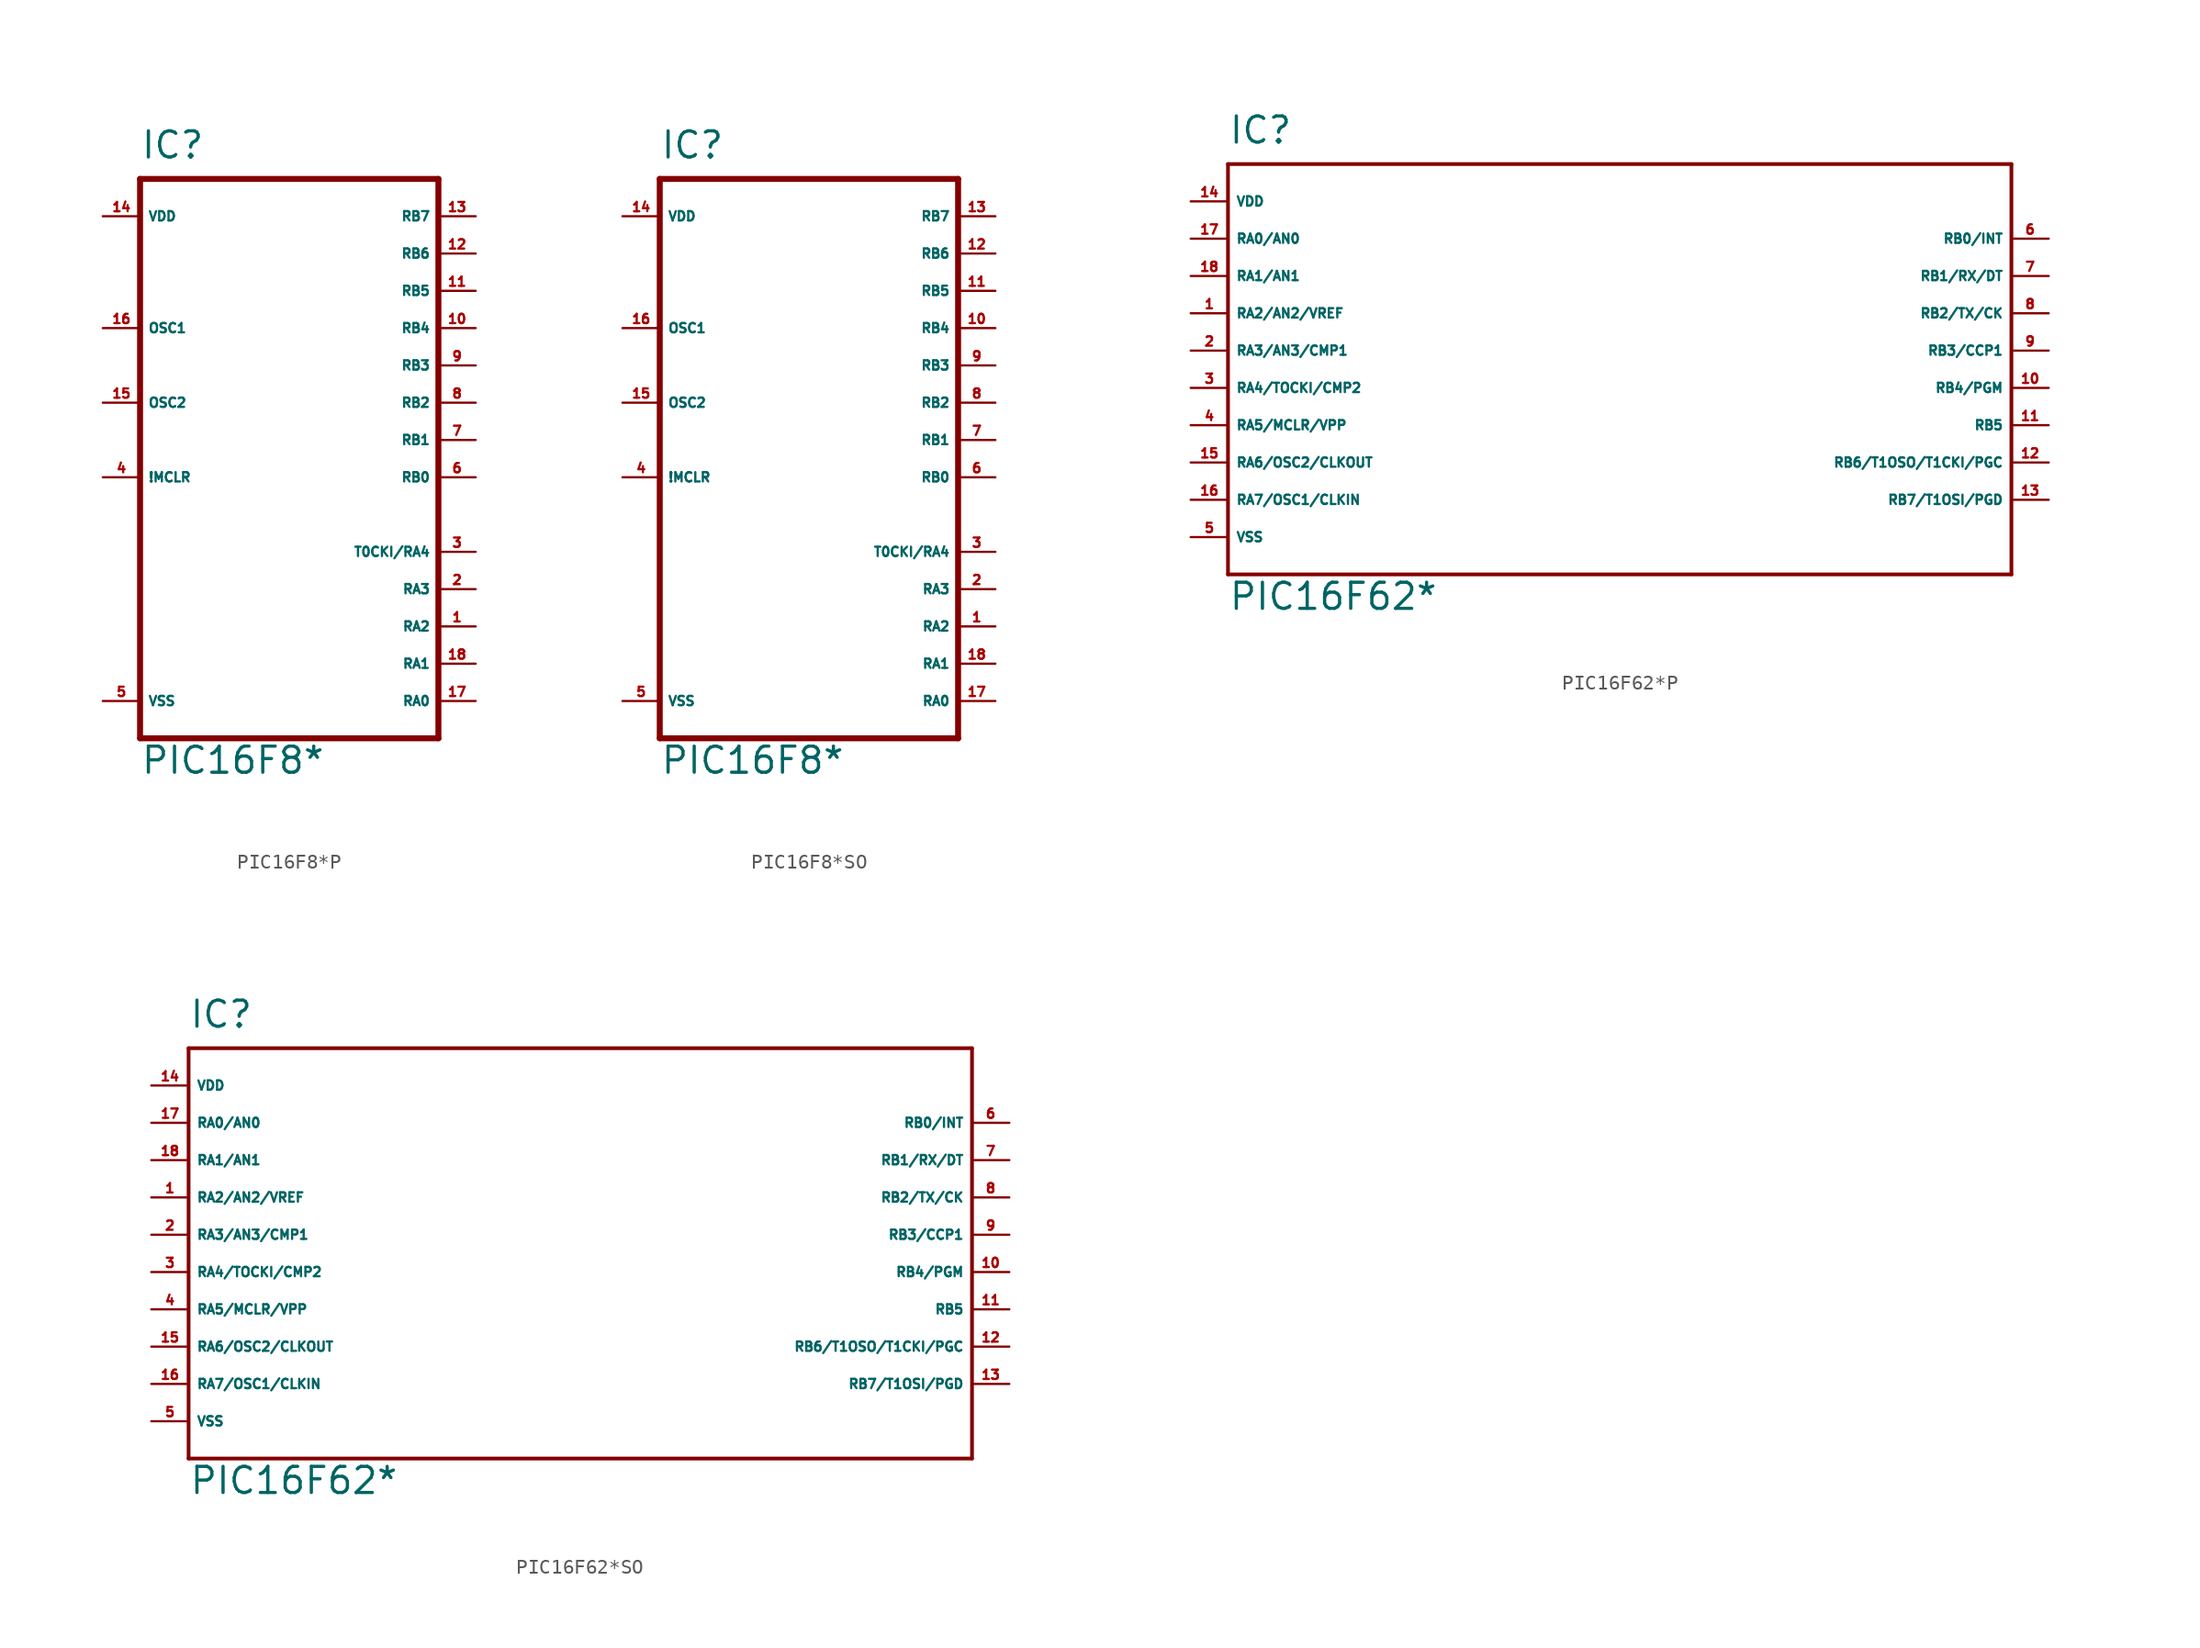
<source format=kicad_sym>
(kicad_symbol_lib
  (version 20220914)
  (generator Eagle2Kicad)
  (symbol "PIC16F8*P"
    (property "Reference" "IC"
      (at -10.16 19.05 0)
      (effects (font (size 1.778 1.778) (thickness 0.22)) (justify left bottom)))
    (property "Value" "PIC16F8*"
      (at -10.16 -22.86 0)
      (effects (font (size 1.778 1.778) (thickness 0.22)) (justify left bottom)))
    (polyline
      (pts (xy 10.16 -20.32) (xy -10.16 -20.32))
      (stroke (width 0.406) (type default))
      (fill (type none)))
    (polyline
      (pts (xy -10.16 -20.32) (xy -10.16 17.78))
      (stroke (width 0.406) (type default))
      (fill (type none)))
    (polyline
      (pts (xy -10.16 17.78) (xy 10.16 17.78))
      (stroke (width 0.406) (type default))
      (fill (type none)))
    (polyline
      (pts (xy 10.16 17.78) (xy 10.16 -20.32))
      (stroke (width 0.406) (type default))
      (fill (type none)))
    (pin input line
      (at -12.7 -2.54 0)
      (length 2.54)
      (name "!MCLR" (effects (font (size 0.635 0.635) (thickness 0.08)) (justify left bottom)))
      (number "4" (effects (font (size 0.635 0.635) (thickness 0.08)) (justify left bottom))))
    (pin input line
      (at -12.7 7.62 0)
      (length 2.54)
      (name "OSC1" (effects (font (size 0.635 0.635) (thickness 0.08)) (justify left bottom)))
      (number "16" (effects (font (size 0.635 0.635) (thickness 0.08)) (justify left bottom))))
    (pin bidirectional line
      (at 12.7 -17.78 180)
      (length 2.54)
      (name "RA0" (effects (font (size 0.635 0.635) (thickness 0.08)) (justify left bottom)))
      (number "17" (effects (font (size 0.635 0.635) (thickness 0.08)) (justify left bottom))))
    (pin bidirectional line
      (at 12.7 -15.24 180)
      (length 2.54)
      (name "RA1" (effects (font (size 0.635 0.635) (thickness 0.08)) (justify left bottom)))
      (number "18" (effects (font (size 0.635 0.635) (thickness 0.08)) (justify left bottom))))
    (pin bidirectional line
      (at 12.7 -12.7 180)
      (length 2.54)
      (name "RA2" (effects (font (size 0.635 0.635) (thickness 0.08)) (justify left bottom)))
      (number "1" (effects (font (size 0.635 0.635) (thickness 0.08)) (justify left bottom))))
    (pin bidirectional line
      (at 12.7 -10.16 180)
      (length 2.54)
      (name "RA3" (effects (font (size 0.635 0.635) (thickness 0.08)) (justify left bottom)))
      (number "2" (effects (font (size 0.635 0.635) (thickness 0.08)) (justify left bottom))))
    (pin bidirectional line
      (at 12.7 -7.62 180)
      (length 2.54)
      (name "T0CKI/RA4" (effects (font (size 0.635 0.635) (thickness 0.08)) (justify left bottom)))
      (number "3" (effects (font (size 0.635 0.635) (thickness 0.08)) (justify left bottom))))
    (pin bidirectional line
      (at 12.7 -2.54 180)
      (length 2.54)
      (name "RB0" (effects (font (size 0.635 0.635) (thickness 0.08)) (justify left bottom)))
      (number "6" (effects (font (size 0.635 0.635) (thickness 0.08)) (justify left bottom))))
    (pin bidirectional line
      (at 12.7 0 180)
      (length 2.54)
      (name "RB1" (effects (font (size 0.635 0.635) (thickness 0.08)) (justify left bottom)))
      (number "7" (effects (font (size 0.635 0.635) (thickness 0.08)) (justify left bottom))))
    (pin bidirectional line
      (at 12.7 2.54 180)
      (length 2.54)
      (name "RB2" (effects (font (size 0.635 0.635) (thickness 0.08)) (justify left bottom)))
      (number "8" (effects (font (size 0.635 0.635) (thickness 0.08)) (justify left bottom))))
    (pin bidirectional line
      (at 12.7 5.08 180)
      (length 2.54)
      (name "RB3" (effects (font (size 0.635 0.635) (thickness 0.08)) (justify left bottom)))
      (number "9" (effects (font (size 0.635 0.635) (thickness 0.08)) (justify left bottom))))
    (pin bidirectional line
      (at 12.7 7.62 180)
      (length 2.54)
      (name "RB4" (effects (font (size 0.635 0.635) (thickness 0.08)) (justify left bottom)))
      (number "10" (effects (font (size 0.635 0.635) (thickness 0.08)) (justify left bottom))))
    (pin bidirectional line
      (at 12.7 10.16 180)
      (length 2.54)
      (name "RB5" (effects (font (size 0.635 0.635) (thickness 0.08)) (justify left bottom)))
      (number "11" (effects (font (size 0.635 0.635) (thickness 0.08)) (justify left bottom))))
    (pin bidirectional line
      (at 12.7 12.7 180)
      (length 2.54)
      (name "RB6" (effects (font (size 0.635 0.635) (thickness 0.08)) (justify left bottom)))
      (number "12" (effects (font (size 0.635 0.635) (thickness 0.08)) (justify left bottom))))
    (pin bidirectional line
      (at 12.7 15.24 180)
      (length 2.54)
      (name "RB7" (effects (font (size 0.635 0.635) (thickness 0.08)) (justify left bottom)))
      (number "13" (effects (font (size 0.635 0.635) (thickness 0.08)) (justify left bottom))))
    (pin output line
      (at -12.7 2.54 0)
      (length 2.54)
      (name "OSC2" (effects (font (size 0.635 0.635) (thickness 0.08)) (justify left bottom)))
      (number "15" (effects (font (size 0.635 0.635) (thickness 0.08)) (justify left bottom))))
    (pin unspecified line
      (at -12.7 -17.78 0)
      (length 2.54)
      (name "VSS" (effects (font (size 0.635 0.635) (thickness 0.08)) (justify left bottom)))
      (number "5" (effects (font (size 0.635 0.635) (thickness 0.08)) (justify left bottom))))
    (pin unspecified line
      (at -12.7 15.24 0)
      (length 2.54)
      (name "VDD" (effects (font (size 0.635 0.635) (thickness 0.08)) (justify left bottom)))
      (number "14" (effects (font (size 0.635 0.635) (thickness 0.08)) (justify left bottom)))))
  (symbol "PIC16F8*SO"
    (property "Reference" "IC"
      (at -10.16 19.05 0)
      (effects (font (size 1.778 1.778) (thickness 0.22)) (justify left bottom)))
    (property "Value" "PIC16F8*"
      (at -10.16 -22.86 0)
      (effects (font (size 1.778 1.778) (thickness 0.22)) (justify left bottom)))
    (polyline
      (pts (xy 10.16 -20.32) (xy -10.16 -20.32))
      (stroke (width 0.406) (type default))
      (fill (type none)))
    (polyline
      (pts (xy -10.16 -20.32) (xy -10.16 17.78))
      (stroke (width 0.406) (type default))
      (fill (type none)))
    (polyline
      (pts (xy -10.16 17.78) (xy 10.16 17.78))
      (stroke (width 0.406) (type default))
      (fill (type none)))
    (polyline
      (pts (xy 10.16 17.78) (xy 10.16 -20.32))
      (stroke (width 0.406) (type default))
      (fill (type none)))
    (pin input line
      (at -12.7 -2.54 0)
      (length 2.54)
      (name "!MCLR" (effects (font (size 0.635 0.635) (thickness 0.08)) (justify left bottom)))
      (number "4" (effects (font (size 0.635 0.635) (thickness 0.08)) (justify left bottom))))
    (pin input line
      (at -12.7 7.62 0)
      (length 2.54)
      (name "OSC1" (effects (font (size 0.635 0.635) (thickness 0.08)) (justify left bottom)))
      (number "16" (effects (font (size 0.635 0.635) (thickness 0.08)) (justify left bottom))))
    (pin bidirectional line
      (at 12.7 -17.78 180)
      (length 2.54)
      (name "RA0" (effects (font (size 0.635 0.635) (thickness 0.08)) (justify left bottom)))
      (number "17" (effects (font (size 0.635 0.635) (thickness 0.08)) (justify left bottom))))
    (pin bidirectional line
      (at 12.7 -15.24 180)
      (length 2.54)
      (name "RA1" (effects (font (size 0.635 0.635) (thickness 0.08)) (justify left bottom)))
      (number "18" (effects (font (size 0.635 0.635) (thickness 0.08)) (justify left bottom))))
    (pin bidirectional line
      (at 12.7 -12.7 180)
      (length 2.54)
      (name "RA2" (effects (font (size 0.635 0.635) (thickness 0.08)) (justify left bottom)))
      (number "1" (effects (font (size 0.635 0.635) (thickness 0.08)) (justify left bottom))))
    (pin bidirectional line
      (at 12.7 -10.16 180)
      (length 2.54)
      (name "RA3" (effects (font (size 0.635 0.635) (thickness 0.08)) (justify left bottom)))
      (number "2" (effects (font (size 0.635 0.635) (thickness 0.08)) (justify left bottom))))
    (pin bidirectional line
      (at 12.7 -7.62 180)
      (length 2.54)
      (name "T0CKI/RA4" (effects (font (size 0.635 0.635) (thickness 0.08)) (justify left bottom)))
      (number "3" (effects (font (size 0.635 0.635) (thickness 0.08)) (justify left bottom))))
    (pin bidirectional line
      (at 12.7 -2.54 180)
      (length 2.54)
      (name "RB0" (effects (font (size 0.635 0.635) (thickness 0.08)) (justify left bottom)))
      (number "6" (effects (font (size 0.635 0.635) (thickness 0.08)) (justify left bottom))))
    (pin bidirectional line
      (at 12.7 0 180)
      (length 2.54)
      (name "RB1" (effects (font (size 0.635 0.635) (thickness 0.08)) (justify left bottom)))
      (number "7" (effects (font (size 0.635 0.635) (thickness 0.08)) (justify left bottom))))
    (pin bidirectional line
      (at 12.7 2.54 180)
      (length 2.54)
      (name "RB2" (effects (font (size 0.635 0.635) (thickness 0.08)) (justify left bottom)))
      (number "8" (effects (font (size 0.635 0.635) (thickness 0.08)) (justify left bottom))))
    (pin bidirectional line
      (at 12.7 5.08 180)
      (length 2.54)
      (name "RB3" (effects (font (size 0.635 0.635) (thickness 0.08)) (justify left bottom)))
      (number "9" (effects (font (size 0.635 0.635) (thickness 0.08)) (justify left bottom))))
    (pin bidirectional line
      (at 12.7 7.62 180)
      (length 2.54)
      (name "RB4" (effects (font (size 0.635 0.635) (thickness 0.08)) (justify left bottom)))
      (number "10" (effects (font (size 0.635 0.635) (thickness 0.08)) (justify left bottom))))
    (pin bidirectional line
      (at 12.7 10.16 180)
      (length 2.54)
      (name "RB5" (effects (font (size 0.635 0.635) (thickness 0.08)) (justify left bottom)))
      (number "11" (effects (font (size 0.635 0.635) (thickness 0.08)) (justify left bottom))))
    (pin bidirectional line
      (at 12.7 12.7 180)
      (length 2.54)
      (name "RB6" (effects (font (size 0.635 0.635) (thickness 0.08)) (justify left bottom)))
      (number "12" (effects (font (size 0.635 0.635) (thickness 0.08)) (justify left bottom))))
    (pin bidirectional line
      (at 12.7 15.24 180)
      (length 2.54)
      (name "RB7" (effects (font (size 0.635 0.635) (thickness 0.08)) (justify left bottom)))
      (number "13" (effects (font (size 0.635 0.635) (thickness 0.08)) (justify left bottom))))
    (pin output line
      (at -12.7 2.54 0)
      (length 2.54)
      (name "OSC2" (effects (font (size 0.635 0.635) (thickness 0.08)) (justify left bottom)))
      (number "15" (effects (font (size 0.635 0.635) (thickness 0.08)) (justify left bottom))))
    (pin unspecified line
      (at -12.7 -17.78 0)
      (length 2.54)
      (name "VSS" (effects (font (size 0.635 0.635) (thickness 0.08)) (justify left bottom)))
      (number "5" (effects (font (size 0.635 0.635) (thickness 0.08)) (justify left bottom))))
    (pin unspecified line
      (at -12.7 15.24 0)
      (length 2.54)
      (name "VDD" (effects (font (size 0.635 0.635) (thickness 0.08)) (justify left bottom)))
      (number "14" (effects (font (size 0.635 0.635) (thickness 0.08)) (justify left bottom)))))
  (symbol "PIC16F62*P"
    (property "Reference" "IC"
      (at -25.4 13.97 0)
      (effects (font (size 1.778 1.778) (thickness 0.22)) (justify left bottom)))
    (property "Value" "PIC16F62*"
      (at -25.4 -17.78 0)
      (effects (font (size 1.778 1.778) (thickness 0.22)) (justify left bottom)))
    (polyline
      (pts (xy -25.4 12.7) (xy 27.94 12.7))
      (stroke (width 0.254) (type default))
      (fill (type none)))
    (polyline
      (pts (xy 27.94 12.7) (xy 27.94 -15.24))
      (stroke (width 0.254) (type default))
      (fill (type none)))
    (polyline
      (pts (xy 27.94 -15.24) (xy -25.4 -15.24))
      (stroke (width 0.254) (type default))
      (fill (type none)))
    (polyline
      (pts (xy -25.4 -15.24) (xy -25.4 12.7))
      (stroke (width 0.254) (type default))
      (fill (type none)))
    (pin bidirectional line
      (at -27.94 2.54 0)
      (length 2.54)
      (name "RA2/AN2/VREF" (effects (font (size 0.635 0.635) (thickness 0.08)) (justify left bottom)))
      (number "1" (effects (font (size 0.635 0.635) (thickness 0.08)) (justify left bottom))))
    (pin bidirectional line
      (at -27.94 0 0)
      (length 2.54)
      (name "RA3/AN3/CMP1" (effects (font (size 0.635 0.635) (thickness 0.08)) (justify left bottom)))
      (number "2" (effects (font (size 0.635 0.635) (thickness 0.08)) (justify left bottom))))
    (pin bidirectional line
      (at -27.94 -2.54 0)
      (length 2.54)
      (name "RA4/TOCKI/CMP2" (effects (font (size 0.635 0.635) (thickness 0.08)) (justify left bottom)))
      (number "3" (effects (font (size 0.635 0.635) (thickness 0.08)) (justify left bottom))))
    (pin bidirectional line
      (at -27.94 -5.08 0)
      (length 2.54)
      (name "RA5/MCLR/VPP" (effects (font (size 0.635 0.635) (thickness 0.08)) (justify left bottom)))
      (number "4" (effects (font (size 0.635 0.635) (thickness 0.08)) (justify left bottom))))
    (pin unspecified line
      (at -27.94 -12.7 0)
      (length 2.54)
      (name "VSS" (effects (font (size 0.635 0.635) (thickness 0.08)) (justify left bottom)))
      (number "5" (effects (font (size 0.635 0.635) (thickness 0.08)) (justify left bottom))))
    (pin bidirectional line
      (at 30.48 7.62 180)
      (length 2.54)
      (name "RB0/INT" (effects (font (size 0.635 0.635) (thickness 0.08)) (justify left bottom)))
      (number "6" (effects (font (size 0.635 0.635) (thickness 0.08)) (justify left bottom))))
    (pin bidirectional line
      (at 30.48 5.08 180)
      (length 2.54)
      (name "RB1/RX/DT" (effects (font (size 0.635 0.635) (thickness 0.08)) (justify left bottom)))
      (number "7" (effects (font (size 0.635 0.635) (thickness 0.08)) (justify left bottom))))
    (pin bidirectional line
      (at 30.48 2.54 180)
      (length 2.54)
      (name "RB2/TX/CK" (effects (font (size 0.635 0.635) (thickness 0.08)) (justify left bottom)))
      (number "8" (effects (font (size 0.635 0.635) (thickness 0.08)) (justify left bottom))))
    (pin bidirectional line
      (at 30.48 0 180)
      (length 2.54)
      (name "RB3/CCP1" (effects (font (size 0.635 0.635) (thickness 0.08)) (justify left bottom)))
      (number "9" (effects (font (size 0.635 0.635) (thickness 0.08)) (justify left bottom))))
    (pin bidirectional line
      (at 30.48 -2.54 180)
      (length 2.54)
      (name "RB4/PGM" (effects (font (size 0.635 0.635) (thickness 0.08)) (justify left bottom)))
      (number "10" (effects (font (size 0.635 0.635) (thickness 0.08)) (justify left bottom))))
    (pin bidirectional line
      (at 30.48 -5.08 180)
      (length 2.54)
      (name "RB5" (effects (font (size 0.635 0.635) (thickness 0.08)) (justify left bottom)))
      (number "11" (effects (font (size 0.635 0.635) (thickness 0.08)) (justify left bottom))))
    (pin bidirectional line
      (at 30.48 -7.62 180)
      (length 2.54)
      (name "RB6/T1OSO/T1CKI/PGC" (effects (font (size 0.635 0.635) (thickness 0.08)) (justify left bottom)))
      (number "12" (effects (font (size 0.635 0.635) (thickness 0.08)) (justify left bottom))))
    (pin bidirectional line
      (at 30.48 -10.16 180)
      (length 2.54)
      (name "RB7/T1OSI/PGD" (effects (font (size 0.635 0.635) (thickness 0.08)) (justify left bottom)))
      (number "13" (effects (font (size 0.635 0.635) (thickness 0.08)) (justify left bottom))))
    (pin unspecified line
      (at -27.94 10.16 0)
      (length 2.54)
      (name "VDD" (effects (font (size 0.635 0.635) (thickness 0.08)) (justify left bottom)))
      (number "14" (effects (font (size 0.635 0.635) (thickness 0.08)) (justify left bottom))))
    (pin bidirectional line
      (at -27.94 -7.62 0)
      (length 2.54)
      (name "RA6/OSC2/CLKOUT" (effects (font (size 0.635 0.635) (thickness 0.08)) (justify left bottom)))
      (number "15" (effects (font (size 0.635 0.635) (thickness 0.08)) (justify left bottom))))
    (pin bidirectional line
      (at -27.94 -10.16 0)
      (length 2.54)
      (name "RA7/OSC1/CLKIN" (effects (font (size 0.635 0.635) (thickness 0.08)) (justify left bottom)))
      (number "16" (effects (font (size 0.635 0.635) (thickness 0.08)) (justify left bottom))))
    (pin bidirectional line
      (at -27.94 7.62 0)
      (length 2.54)
      (name "RA0/AN0" (effects (font (size 0.635 0.635) (thickness 0.08)) (justify left bottom)))
      (number "17" (effects (font (size 0.635 0.635) (thickness 0.08)) (justify left bottom))))
    (pin bidirectional line
      (at -27.94 5.08 0)
      (length 2.54)
      (name "RA1/AN1" (effects (font (size 0.635 0.635) (thickness 0.08)) (justify left bottom)))
      (number "18" (effects (font (size 0.635 0.635) (thickness 0.08)) (justify left bottom)))))
  (symbol "PIC16F62*SO"
    (property "Reference" "IC"
      (at -25.4 13.97 0)
      (effects (font (size 1.778 1.778) (thickness 0.22)) (justify left bottom)))
    (property "Value" "PIC16F62*"
      (at -25.4 -17.78 0)
      (effects (font (size 1.778 1.778) (thickness 0.22)) (justify left bottom)))
    (polyline
      (pts (xy -25.4 12.7) (xy 27.94 12.7))
      (stroke (width 0.254) (type default))
      (fill (type none)))
    (polyline
      (pts (xy 27.94 12.7) (xy 27.94 -15.24))
      (stroke (width 0.254) (type default))
      (fill (type none)))
    (polyline
      (pts (xy 27.94 -15.24) (xy -25.4 -15.24))
      (stroke (width 0.254) (type default))
      (fill (type none)))
    (polyline
      (pts (xy -25.4 -15.24) (xy -25.4 12.7))
      (stroke (width 0.254) (type default))
      (fill (type none)))
    (pin bidirectional line
      (at -27.94 2.54 0)
      (length 2.54)
      (name "RA2/AN2/VREF" (effects (font (size 0.635 0.635) (thickness 0.08)) (justify left bottom)))
      (number "1" (effects (font (size 0.635 0.635) (thickness 0.08)) (justify left bottom))))
    (pin bidirectional line
      (at -27.94 0 0)
      (length 2.54)
      (name "RA3/AN3/CMP1" (effects (font (size 0.635 0.635) (thickness 0.08)) (justify left bottom)))
      (number "2" (effects (font (size 0.635 0.635) (thickness 0.08)) (justify left bottom))))
    (pin bidirectional line
      (at -27.94 -2.54 0)
      (length 2.54)
      (name "RA4/TOCKI/CMP2" (effects (font (size 0.635 0.635) (thickness 0.08)) (justify left bottom)))
      (number "3" (effects (font (size 0.635 0.635) (thickness 0.08)) (justify left bottom))))
    (pin bidirectional line
      (at -27.94 -5.08 0)
      (length 2.54)
      (name "RA5/MCLR/VPP" (effects (font (size 0.635 0.635) (thickness 0.08)) (justify left bottom)))
      (number "4" (effects (font (size 0.635 0.635) (thickness 0.08)) (justify left bottom))))
    (pin unspecified line
      (at -27.94 -12.7 0)
      (length 2.54)
      (name "VSS" (effects (font (size 0.635 0.635) (thickness 0.08)) (justify left bottom)))
      (number "5" (effects (font (size 0.635 0.635) (thickness 0.08)) (justify left bottom))))
    (pin bidirectional line
      (at 30.48 7.62 180)
      (length 2.54)
      (name "RB0/INT" (effects (font (size 0.635 0.635) (thickness 0.08)) (justify left bottom)))
      (number "6" (effects (font (size 0.635 0.635) (thickness 0.08)) (justify left bottom))))
    (pin bidirectional line
      (at 30.48 5.08 180)
      (length 2.54)
      (name "RB1/RX/DT" (effects (font (size 0.635 0.635) (thickness 0.08)) (justify left bottom)))
      (number "7" (effects (font (size 0.635 0.635) (thickness 0.08)) (justify left bottom))))
    (pin bidirectional line
      (at 30.48 2.54 180)
      (length 2.54)
      (name "RB2/TX/CK" (effects (font (size 0.635 0.635) (thickness 0.08)) (justify left bottom)))
      (number "8" (effects (font (size 0.635 0.635) (thickness 0.08)) (justify left bottom))))
    (pin bidirectional line
      (at 30.48 0 180)
      (length 2.54)
      (name "RB3/CCP1" (effects (font (size 0.635 0.635) (thickness 0.08)) (justify left bottom)))
      (number "9" (effects (font (size 0.635 0.635) (thickness 0.08)) (justify left bottom))))
    (pin bidirectional line
      (at 30.48 -2.54 180)
      (length 2.54)
      (name "RB4/PGM" (effects (font (size 0.635 0.635) (thickness 0.08)) (justify left bottom)))
      (number "10" (effects (font (size 0.635 0.635) (thickness 0.08)) (justify left bottom))))
    (pin bidirectional line
      (at 30.48 -5.08 180)
      (length 2.54)
      (name "RB5" (effects (font (size 0.635 0.635) (thickness 0.08)) (justify left bottom)))
      (number "11" (effects (font (size 0.635 0.635) (thickness 0.08)) (justify left bottom))))
    (pin bidirectional line
      (at 30.48 -7.62 180)
      (length 2.54)
      (name "RB6/T1OSO/T1CKI/PGC" (effects (font (size 0.635 0.635) (thickness 0.08)) (justify left bottom)))
      (number "12" (effects (font (size 0.635 0.635) (thickness 0.08)) (justify left bottom))))
    (pin bidirectional line
      (at 30.48 -10.16 180)
      (length 2.54)
      (name "RB7/T1OSI/PGD" (effects (font (size 0.635 0.635) (thickness 0.08)) (justify left bottom)))
      (number "13" (effects (font (size 0.635 0.635) (thickness 0.08)) (justify left bottom))))
    (pin unspecified line
      (at -27.94 10.16 0)
      (length 2.54)
      (name "VDD" (effects (font (size 0.635 0.635) (thickness 0.08)) (justify left bottom)))
      (number "14" (effects (font (size 0.635 0.635) (thickness 0.08)) (justify left bottom))))
    (pin bidirectional line
      (at -27.94 -7.62 0)
      (length 2.54)
      (name "RA6/OSC2/CLKOUT" (effects (font (size 0.635 0.635) (thickness 0.08)) (justify left bottom)))
      (number "15" (effects (font (size 0.635 0.635) (thickness 0.08)) (justify left bottom))))
    (pin bidirectional line
      (at -27.94 -10.16 0)
      (length 2.54)
      (name "RA7/OSC1/CLKIN" (effects (font (size 0.635 0.635) (thickness 0.08)) (justify left bottom)))
      (number "16" (effects (font (size 0.635 0.635) (thickness 0.08)) (justify left bottom))))
    (pin bidirectional line
      (at -27.94 7.62 0)
      (length 2.54)
      (name "RA0/AN0" (effects (font (size 0.635 0.635) (thickness 0.08)) (justify left bottom)))
      (number "17" (effects (font (size 0.635 0.635) (thickness 0.08)) (justify left bottom))))
    (pin bidirectional line
      (at -27.94 5.08 0)
      (length 2.54)
      (name "RA1/AN1" (effects (font (size 0.635 0.635) (thickness 0.08)) (justify left bottom)))
      (number "18" (effects (font (size 0.635 0.635) (thickness 0.08)) (justify left bottom))))))
</source>
